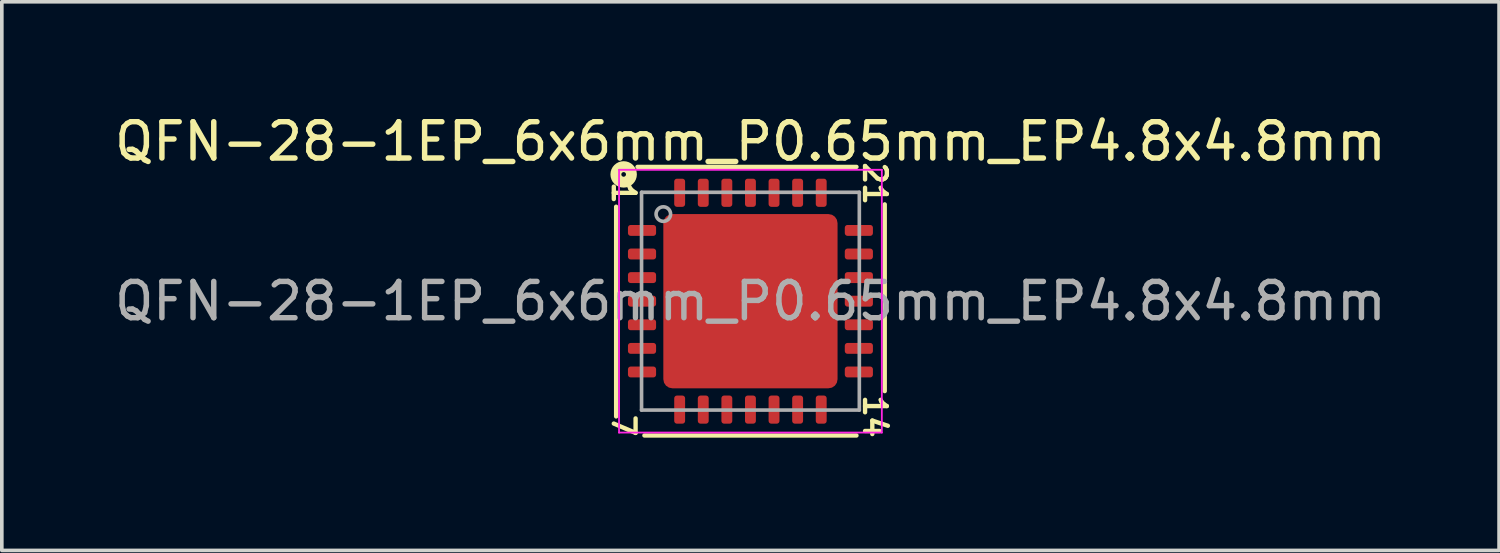
<source format=kicad_pcb>
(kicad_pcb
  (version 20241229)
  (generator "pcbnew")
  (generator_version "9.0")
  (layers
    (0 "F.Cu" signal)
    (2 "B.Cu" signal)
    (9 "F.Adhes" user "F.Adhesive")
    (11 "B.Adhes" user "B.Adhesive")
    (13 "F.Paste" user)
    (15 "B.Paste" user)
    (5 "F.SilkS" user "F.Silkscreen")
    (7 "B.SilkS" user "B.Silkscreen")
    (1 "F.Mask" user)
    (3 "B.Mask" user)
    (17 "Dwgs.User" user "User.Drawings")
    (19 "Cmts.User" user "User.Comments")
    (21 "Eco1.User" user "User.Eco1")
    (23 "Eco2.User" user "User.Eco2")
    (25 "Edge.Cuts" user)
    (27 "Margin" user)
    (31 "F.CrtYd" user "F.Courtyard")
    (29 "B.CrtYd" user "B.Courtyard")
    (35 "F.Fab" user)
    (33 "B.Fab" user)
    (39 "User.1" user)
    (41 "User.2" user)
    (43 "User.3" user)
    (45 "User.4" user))
  (footprint "QFN-28-1EP_6x6mm_P0.65mm_EP4.8x4.8mm"
    (layer "F.Cu")
    (at 17.625 5.248)
    (property "Reference" "QFN-28-1EP_6x6mm_P0.65mm_EP4.8x4.8mm" (at 0 -4.4 0) (layer "F.SilkS") (effects (font (size 1 1) (thickness 0.15))))
    (attr smd)
    (fp_line (start -3.7 -2.603) (end -3.7 3.175) (stroke (width 0.12) (type solid)) (layer "F.SilkS"))
    (fp_line (start -2.921 3.7) (end 2.921 3.7) (stroke (width 0.12) (type solid)) (layer "F.SilkS"))
    (fp_line (start 2.921 -3.7) (end -3.111 -3.7) (stroke (width 0.12) (type solid)) (layer "F.SilkS"))
    (fp_line (start 3.7 2.477) (end 3.7 -2.667) (stroke (width 0.12) (type solid)) (layer "F.SilkS"))
    (fp_circle (center -3.493 -3.493) (end -3.429 -3.493) (stroke (width 0.3) (type solid)) (fill no) (layer "F.SilkS"))
    (fp_line (start -3.62 -3.62) (end -3.62 3.62) (stroke (width 0.05) (type solid)) (layer "F.CrtYd"))
    (fp_line (start -3.62 3.62) (end 3.62 3.62) (stroke (width 0.05) (type solid)) (layer "F.CrtYd"))
    (fp_line (start 3.62 -3.62) (end -3.62 -3.62) (stroke (width 0.05) (type solid)) (layer "F.CrtYd"))
    (fp_line (start 3.62 3.62) (end 3.62 -3.62) (stroke (width 0.05) (type solid)) (layer "F.CrtYd"))
    (fp_line (start -3 -3) (end 3 -3) (stroke (width 0.1) (type solid)) (layer "F.Fab"))
    (fp_line (start -3 3) (end -3 -3) (stroke (width 0.1) (type solid)) (layer "F.Fab"))
    (fp_line (start 3 -3) (end 3 3) (stroke (width 0.1) (type solid)) (layer "F.Fab"))
    (fp_line (start 3 3) (end -3 3) (stroke (width 0.1) (type solid)) (layer "F.Fab"))
    (fp_circle (center -2.4 -2.4) (end -2.2 -2.4) (stroke (width 0.1) (type solid)) (fill no) (layer "F.Fab"))
    (fp_text user "21" (at 3.429 -3.239 270) (unlocked yes) (layer "F.SilkS") (effects (font (size 0.6 0.6) (thickness 0.12))))
    (fp_text user "7" (at -3.493 3.429 270) (unlocked yes) (layer "F.SilkS") (effects (font (size 0.6 0.6) (thickness 0.12))))
    (fp_text user "1" (at -3.493 -2.985 270) (unlocked yes) (layer "F.SilkS") (effects (font (size 0.6 0.6) (thickness 0.12))))
    (fp_text user "14" (at 3.429 3.175 270) (unlocked yes) (layer "F.SilkS") (effects (font (size 0.6 0.6) (thickness 0.12))))
    (fp_text user "${REFERENCE}" (at 0 0 0) (layer "F.Fab") (effects (font (size 1 1) (thickness 0.15))))
    (pad "" smd roundrect (at -1.6 -1.6) (size 1.29 1.29) (layers "F.Paste") (roundrect_rratio 0.194))
    (pad "" smd roundrect (at -1.6 0) (size 1.29 1.29) (layers "F.Paste") (roundrect_rratio 0.194))
    (pad "" smd roundrect (at -1.6 1.6) (size 1.29 1.29) (layers "F.Paste") (roundrect_rratio 0.194))
    (pad "" smd roundrect (at 0 -1.6) (size 1.29 1.29) (layers "F.Paste") (roundrect_rratio 0.194))
    (pad "" smd roundrect (at 0 0) (size 1.29 1.29) (layers "F.Paste") (roundrect_rratio 0.194))
    (pad "" smd roundrect (at 0 1.6) (size 1.29 1.29) (layers "F.Paste") (roundrect_rratio 0.194))
    (pad "" smd roundrect (at 1.6 -1.6) (size 1.29 1.29) (layers "F.Paste") (roundrect_rratio 0.194))
    (pad "" smd roundrect (at 1.6 0) (size 1.29 1.29) (layers "F.Paste") (roundrect_rratio 0.194))
    (pad "" smd roundrect (at 1.6 1.6) (size 1.29 1.29) (layers "F.Paste") (roundrect_rratio 0.194))
    (pad "1" smd roundrect (at -2.987 -1.95) (size 0.775 0.3) (layers "F.Cu" "F.Mask" "F.Paste") (roundrect_rratio 0.25))
    (pad "2" smd roundrect (at -2.987 -1.3) (size 0.775 0.3) (layers "F.Cu" "F.Mask" "F.Paste") (roundrect_rratio 0.25))
    (pad "3" smd roundrect (at -2.987 -0.65) (size 0.775 0.3) (layers "F.Cu" "F.Mask" "F.Paste") (roundrect_rratio 0.25))
    (pad "4" smd roundrect (at -2.987 0) (size 0.775 0.3) (layers "F.Cu" "F.Mask" "F.Paste") (roundrect_rratio 0.25))
    (pad "5" smd roundrect (at -2.987 0.65) (size 0.775 0.3) (layers "F.Cu" "F.Mask" "F.Paste") (roundrect_rratio 0.25))
    (pad "6" smd roundrect (at -2.987 1.3) (size 0.775 0.3) (layers "F.Cu" "F.Mask" "F.Paste") (roundrect_rratio 0.25))
    (pad "7" smd roundrect (at -2.987 1.95) (size 0.775 0.3) (layers "F.Cu" "F.Mask" "F.Paste") (roundrect_rratio 0.25))
    (pad "8" smd roundrect (at -1.95 2.987) (size 0.3 0.775) (layers "F.Cu" "F.Mask" "F.Paste") (roundrect_rratio 0.25))
    (pad "9" smd roundrect (at -1.3 2.987) (size 0.3 0.775) (layers "F.Cu" "F.Mask" "F.Paste") (roundrect_rratio 0.25))
    (pad "10" smd roundrect (at -0.65 2.987) (size 0.3 0.775) (layers "F.Cu" "F.Mask" "F.Paste") (roundrect_rratio 0.25))
    (pad "11" smd roundrect (at 0 2.987) (size 0.3 0.775) (layers "F.Cu" "F.Mask" "F.Paste") (roundrect_rratio 0.25))
    (pad "12" smd roundrect (at 0.65 2.987) (size 0.3 0.775) (layers "F.Cu" "F.Mask" "F.Paste") (roundrect_rratio 0.25))
    (pad "13" smd roundrect (at 1.3 2.987) (size 0.3 0.775) (layers "F.Cu" "F.Mask" "F.Paste") (roundrect_rratio 0.25))
    (pad "14" smd roundrect (at 1.95 2.987) (size 0.3 0.775) (layers "F.Cu" "F.Mask" "F.Paste") (roundrect_rratio 0.25))
    (pad "15" smd roundrect (at 2.987 1.95) (size 0.775 0.3) (layers "F.Cu" "F.Mask" "F.Paste") (roundrect_rratio 0.25))
    (pad "16" smd roundrect (at 2.987 1.3) (size 0.775 0.3) (layers "F.Cu" "F.Mask" "F.Paste") (roundrect_rratio 0.25))
    (pad "17" smd roundrect (at 2.987 0.65) (size 0.775 0.3) (layers "F.Cu" "F.Mask" "F.Paste") (roundrect_rratio 0.25))
    (pad "18" smd roundrect (at 2.987 0) (size 0.775 0.3) (layers "F.Cu" "F.Mask" "F.Paste") (roundrect_rratio 0.25))
    (pad "19" smd roundrect (at 2.987 -0.65) (size 0.775 0.3) (layers "F.Cu" "F.Mask" "F.Paste") (roundrect_rratio 0.25))
    (pad "20" smd roundrect (at 2.987 -1.3) (size 0.775 0.3) (layers "F.Cu" "F.Mask" "F.Paste") (roundrect_rratio 0.25))
    (pad "21" smd roundrect (at 2.987 -1.95) (size 0.775 0.3) (layers "F.Cu" "F.Mask" "F.Paste") (roundrect_rratio 0.25))
    (pad "22" smd roundrect (at 1.95 -2.987) (size 0.3 0.775) (layers "F.Cu" "F.Mask" "F.Paste") (roundrect_rratio 0.25))
    (pad "23" smd roundrect (at 1.3 -2.987) (size 0.3 0.775) (layers "F.Cu" "F.Mask" "F.Paste") (roundrect_rratio 0.25))
    (pad "24" smd roundrect (at 0.65 -2.987) (size 0.3 0.775) (layers "F.Cu" "F.Mask" "F.Paste") (roundrect_rratio 0.25))
    (pad "25" smd roundrect (at 0 -2.987) (size 0.3 0.775) (layers "F.Cu" "F.Mask" "F.Paste") (roundrect_rratio 0.25))
    (pad "26" smd roundrect (at -0.65 -2.987) (size 0.3 0.775) (layers "F.Cu" "F.Mask" "F.Paste") (roundrect_rratio 0.25))
    (pad "27" smd roundrect (at -1.3 -2.987) (size 0.3 0.775) (layers "F.Cu" "F.Mask" "F.Paste") (roundrect_rratio 0.25))
    (pad "28" smd roundrect (at -1.95 -2.987) (size 0.3 0.775) (layers "F.Cu" "F.Mask" "F.Paste") (roundrect_rratio 0.25))
    (pad "29" smd roundrect (at 0 0) (size 4.8 4.8) (layers "F.Cu" "F.Mask") (roundrect_rratio 0.052)))
  (gr_rect
    (start -3 -3)
    (end 38.25 12.115)
    (stroke (width 0.1) (type default))
    (fill no)
    (layer "Edge.Cuts")))
</source>
